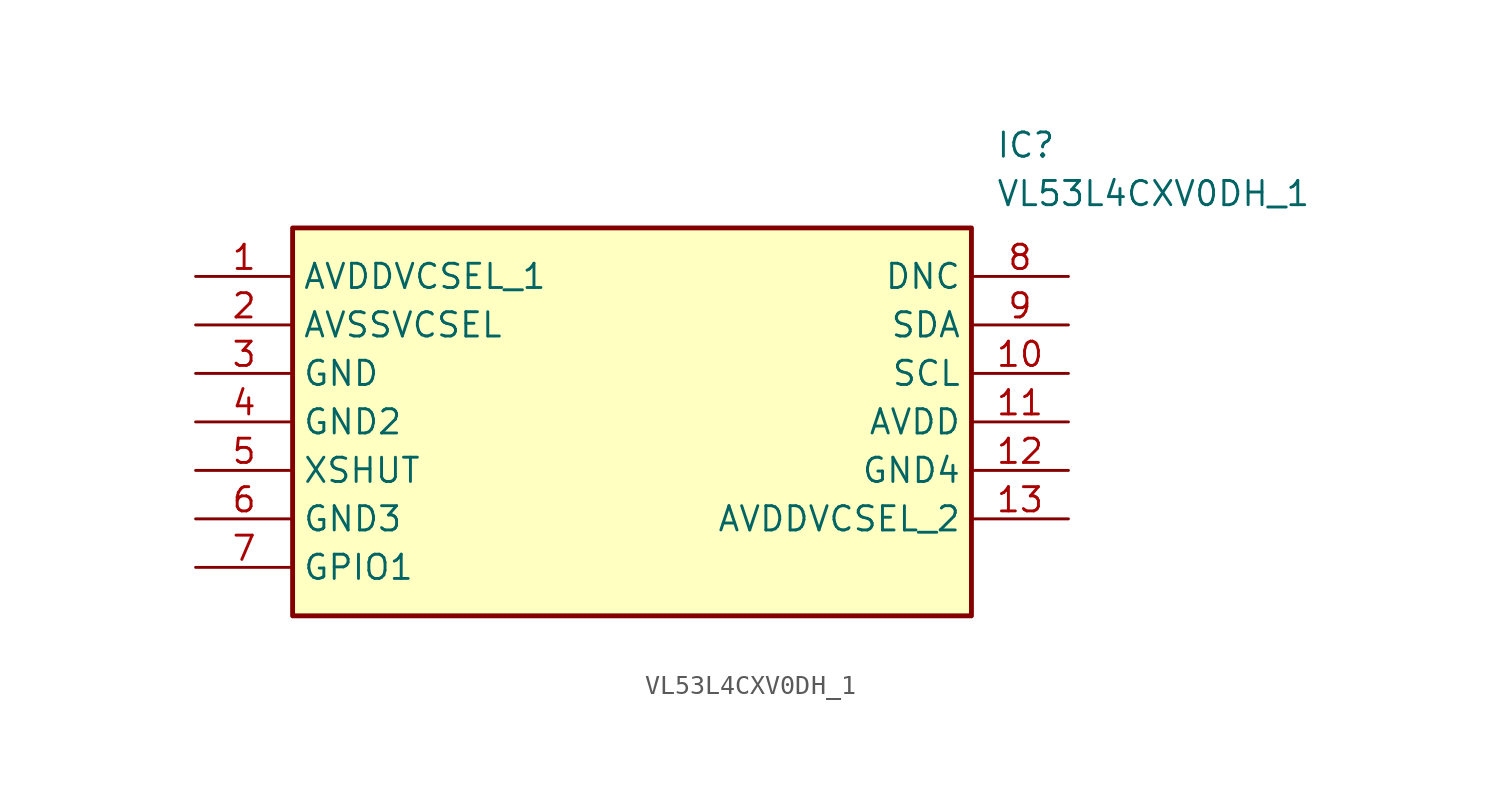
<source format=kicad_sym>
(kicad_symbol_lib
  (version 20211014)
  (generator SamacSys_ECAD_Model)
  (symbol "VL53L4CXV0DH_1"
    (property "Reference" "IC"
      (at 41.91 7.62 0)
      (effects (font (size 1.27 1.27)) (justify left top)))
    (property "Value" "VL53L4CXV0DH_1"
      (at 41.91 5.08 0)
      (effects (font (size 1.27 1.27)) (justify left top)))
    (rectangle
      (start 5.08 2.54)
      (end 40.64 -17.78)
      (stroke (width 0.254) (type default))
      (fill (type background)))
    (pin passive line
      (at 0 0 0)
      (length 5.08)
      (name "AVDDVCSEL_1" (effects (font (size 1.27 1.27))))
      (number "1" (effects (font (size 1.27 1.27)))))
    (pin passive line
      (at 0 -2.54 0)
      (length 5.08)
      (name "AVSSVCSEL" (effects (font (size 1.27 1.27))))
      (number "2" (effects (font (size 1.27 1.27)))))
    (pin passive line
      (at 0 -5.08 0)
      (length 5.08)
      (name "GND" (effects (font (size 1.27 1.27))))
      (number "3" (effects (font (size 1.27 1.27)))))
    (pin passive line
      (at 0 -7.62 0)
      (length 5.08)
      (name "GND2" (effects (font (size 1.27 1.27))))
      (number "4" (effects (font (size 1.27 1.27)))))
    (pin passive line
      (at 0 -10.16 0)
      (length 5.08)
      (name "XSHUT" (effects (font (size 1.27 1.27))))
      (number "5" (effects (font (size 1.27 1.27)))))
    (pin passive line
      (at 0 -12.7 0)
      (length 5.08)
      (name "GND3" (effects (font (size 1.27 1.27))))
      (number "6" (effects (font (size 1.27 1.27)))))
    (pin passive line
      (at 0 -15.24 0)
      (length 5.08)
      (name "GPIO1" (effects (font (size 1.27 1.27))))
      (number "7" (effects (font (size 1.27 1.27)))))
    (pin passive line
      (at 45.72 0 180)
      (length 5.08)
      (name "DNC" (effects (font (size 1.27 1.27))))
      (number "8" (effects (font (size 1.27 1.27)))))
    (pin passive line
      (at 45.72 -2.54 180)
      (length 5.08)
      (name "SDA" (effects (font (size 1.27 1.27))))
      (number "9" (effects (font (size 1.27 1.27)))))
    (pin passive line
      (at 45.72 -5.08 180)
      (length 5.08)
      (name "SCL" (effects (font (size 1.27 1.27))))
      (number "10" (effects (font (size 1.27 1.27)))))
    (pin passive line
      (at 45.72 -7.62 180)
      (length 5.08)
      (name "AVDD" (effects (font (size 1.27 1.27))))
      (number "11" (effects (font (size 1.27 1.27)))))
    (pin passive line
      (at 45.72 -10.16 180)
      (length 5.08)
      (name "GND4" (effects (font (size 1.27 1.27))))
      (number "12" (effects (font (size 1.27 1.27)))))
    (pin passive line
      (at 45.72 -12.7 180)
      (length 5.08)
      (name "AVDDVCSEL_2" (effects (font (size 1.27 1.27))))
      (number "13" (effects (font (size 1.27 1.27)))))))
</source>
